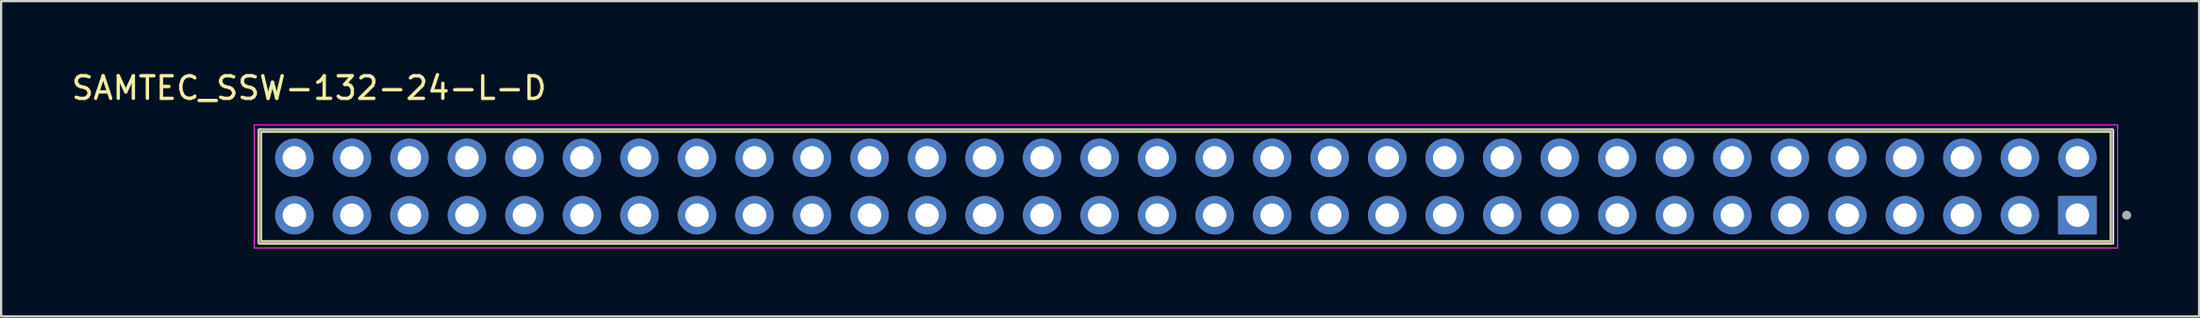
<source format=kicad_pcb>
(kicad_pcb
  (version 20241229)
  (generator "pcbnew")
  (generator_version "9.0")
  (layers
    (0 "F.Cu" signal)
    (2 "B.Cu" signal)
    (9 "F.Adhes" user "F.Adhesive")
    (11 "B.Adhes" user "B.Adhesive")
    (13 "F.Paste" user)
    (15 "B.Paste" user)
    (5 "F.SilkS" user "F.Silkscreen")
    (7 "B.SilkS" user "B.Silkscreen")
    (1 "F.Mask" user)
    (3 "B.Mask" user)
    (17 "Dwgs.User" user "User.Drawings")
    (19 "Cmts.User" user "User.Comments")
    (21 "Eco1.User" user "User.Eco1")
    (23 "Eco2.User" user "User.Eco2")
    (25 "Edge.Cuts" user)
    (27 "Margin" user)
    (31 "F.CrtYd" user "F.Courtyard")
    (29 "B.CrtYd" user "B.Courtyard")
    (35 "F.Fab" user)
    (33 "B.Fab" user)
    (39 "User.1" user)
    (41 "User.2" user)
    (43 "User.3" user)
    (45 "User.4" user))
  (footprint "SAMTEC_SSW-132-24-L-D"
    (layer "F.Cu")
    (at 88.691 6.48)
    (property "Reference" "SAMTEC_SSW-132-24-L-D" (at -78.09 -5.631 0) (layer "F.SilkS") (effects (font (size 1 1) (thickness 0.15))))
    (attr through_hole)
    (fp_line (start -80.265 1.206) (end -80.265 -3.747) (stroke (width 0.2) (type solid)) (layer "F.SilkS"))
    (fp_line (start 1.525 -3.747) (end -80.265 -3.747) (stroke (width 0.2) (type solid)) (layer "F.SilkS"))
    (fp_line (start 1.525 -3.747) (end 1.525 1.206) (stroke (width 0.2) (type solid)) (layer "F.SilkS"))
    (fp_line (start 1.525 1.206) (end -80.265 1.206) (stroke (width 0.2) (type solid)) (layer "F.SilkS"))
    (fp_line (start -80.515 -3.997) (end 1.775 -3.997) (stroke (width 0.05) (type solid)) (layer "F.CrtYd"))
    (fp_line (start -80.515 1.456) (end -80.515 -3.997) (stroke (width 0.05) (type solid)) (layer "F.CrtYd"))
    (fp_line (start 1.775 -3.997) (end 1.775 1.456) (stroke (width 0.05) (type solid)) (layer "F.CrtYd"))
    (fp_line (start 1.775 1.456) (end -80.515 1.456) (stroke (width 0.05) (type solid)) (layer "F.CrtYd"))
    (fp_line (start -80.265 -3.747) (end 1.525 -3.747) (stroke (width 0.1) (type solid)) (layer "F.Fab"))
    (fp_line (start -80.265 -3.747) (end 1.525 -3.747) (stroke (width 0.1) (type solid)) (layer "F.Fab"))
    (fp_line (start -80.265 1.206) (end -80.265 -3.747) (stroke (width 0.1) (type solid)) (layer "F.Fab"))
    (fp_line (start -80.265 1.206) (end -80.265 -3.747) (stroke (width 0.1) (type solid)) (layer "F.Fab"))
    (fp_line (start 1.525 -3.747) (end 1.525 1.206) (stroke (width 0.1) (type solid)) (layer "F.Fab"))
    (fp_line (start 1.525 -3.747) (end 1.525 1.206) (stroke (width 0.1) (type solid)) (layer "F.Fab"))
    (fp_line (start 1.525 1.206) (end -80.265 1.206) (stroke (width 0.1) (type solid)) (layer "F.Fab"))
    (fp_circle (center 2.175 0) (end 2.275 0) (stroke (width 0.2) (type solid)) (fill no) (layer "F.Fab"))
    (pad "01" thru_hole rect (at 0 0 180) (size 1.7 1.7) (drill 1.04) (layers "*.Cu" "*.Mask"))
    (pad "02" thru_hole circle (at 0 -2.54 180) (size 1.7 1.7) (drill 1.04) (layers "*.Cu" "*.Mask"))
    (pad "03" thru_hole circle (at -2.54 0 180) (size 1.7 1.7) (drill 1.04) (layers "*.Cu" "*.Mask"))
    (pad "04" thru_hole circle (at -2.54 -2.54 180) (size 1.7 1.7) (drill 1.04) (layers "*.Cu" "*.Mask"))
    (pad "05" thru_hole circle (at -5.08 0 180) (size 1.7 1.7) (drill 1.04) (layers "*.Cu" "*.Mask"))
    (pad "06" thru_hole circle (at -5.08 -2.54 180) (size 1.7 1.7) (drill 1.04) (layers "*.Cu" "*.Mask"))
    (pad "07" thru_hole circle (at -7.62 0 180) (size 1.7 1.7) (drill 1.04) (layers "*.Cu" "*.Mask"))
    (pad "08" thru_hole circle (at -7.62 -2.54 180) (size 1.7 1.7) (drill 1.04) (layers "*.Cu" "*.Mask"))
    (pad "09" thru_hole circle (at -10.16 0 180) (size 1.7 1.7) (drill 1.04) (layers "*.Cu" "*.Mask"))
    (pad "10" thru_hole circle (at -10.16 -2.54 180) (size 1.7 1.7) (drill 1.04) (layers "*.Cu" "*.Mask"))
    (pad "11" thru_hole circle (at -12.7 0 180) (size 1.7 1.7) (drill 1.04) (layers "*.Cu" "*.Mask"))
    (pad "12" thru_hole circle (at -12.7 -2.54 180) (size 1.7 1.7) (drill 1.04) (layers "*.Cu" "*.Mask"))
    (pad "13" thru_hole circle (at -15.24 0 180) (size 1.7 1.7) (drill 1.04) (layers "*.Cu" "*.Mask"))
    (pad "14" thru_hole circle (at -15.24 -2.54 180) (size 1.7 1.7) (drill 1.04) (layers "*.Cu" "*.Mask"))
    (pad "15" thru_hole circle (at -17.78 0 180) (size 1.7 1.7) (drill 1.04) (layers "*.Cu" "*.Mask"))
    (pad "16" thru_hole circle (at -17.78 -2.54 180) (size 1.7 1.7) (drill 1.04) (layers "*.Cu" "*.Mask"))
    (pad "17" thru_hole circle (at -20.32 0 180) (size 1.7 1.7) (drill 1.04) (layers "*.Cu" "*.Mask"))
    (pad "18" thru_hole circle (at -20.32 -2.54 180) (size 1.7 1.7) (drill 1.04) (layers "*.Cu" "*.Mask"))
    (pad "19" thru_hole circle (at -22.86 0 180) (size 1.7 1.7) (drill 1.04) (layers "*.Cu" "*.Mask"))
    (pad "20" thru_hole circle (at -22.86 -2.54 180) (size 1.7 1.7) (drill 1.04) (layers "*.Cu" "*.Mask"))
    (pad "21" thru_hole circle (at -25.4 0 180) (size 1.7 1.7) (drill 1.04) (layers "*.Cu" "*.Mask"))
    (pad "22" thru_hole circle (at -25.4 -2.54 180) (size 1.7 1.7) (drill 1.04) (layers "*.Cu" "*.Mask"))
    (pad "23" thru_hole circle (at -27.94 0 180) (size 1.7 1.7) (drill 1.04) (layers "*.Cu" "*.Mask"))
    (pad "24" thru_hole circle (at -27.94 -2.54 180) (size 1.7 1.7) (drill 1.04) (layers "*.Cu" "*.Mask"))
    (pad "25" thru_hole circle (at -30.48 0 180) (size 1.7 1.7) (drill 1.04) (layers "*.Cu" "*.Mask"))
    (pad "26" thru_hole circle (at -30.48 -2.54 180) (size 1.7 1.7) (drill 1.04) (layers "*.Cu" "*.Mask"))
    (pad "27" thru_hole circle (at -33.02 0 180) (size 1.7 1.7) (drill 1.04) (layers "*.Cu" "*.Mask"))
    (pad "28" thru_hole circle (at -33.02 -2.54 180) (size 1.7 1.7) (drill 1.04) (layers "*.Cu" "*.Mask"))
    (pad "29" thru_hole circle (at -35.56 0 180) (size 1.7 1.7) (drill 1.04) (layers "*.Cu" "*.Mask"))
    (pad "30" thru_hole circle (at -35.56 -2.54 180) (size 1.7 1.7) (drill 1.04) (layers "*.Cu" "*.Mask"))
    (pad "31" thru_hole circle (at -38.1 0 180) (size 1.7 1.7) (drill 1.04) (layers "*.Cu" "*.Mask"))
    (pad "32" thru_hole circle (at -38.1 -2.54 180) (size 1.7 1.7) (drill 1.04) (layers "*.Cu" "*.Mask"))
    (pad "33" thru_hole circle (at -40.64 0 180) (size 1.7 1.7) (drill 1.04) (layers "*.Cu" "*.Mask"))
    (pad "34" thru_hole circle (at -40.64 -2.54 180) (size 1.7 1.7) (drill 1.04) (layers "*.Cu" "*.Mask"))
    (pad "35" thru_hole circle (at -43.18 0 180) (size 1.7 1.7) (drill 1.04) (layers "*.Cu" "*.Mask"))
    (pad "36" thru_hole circle (at -43.18 -2.54 180) (size 1.7 1.7) (drill 1.04) (layers "*.Cu" "*.Mask"))
    (pad "37" thru_hole circle (at -45.72 0 180) (size 1.7 1.7) (drill 1.04) (layers "*.Cu" "*.Mask"))
    (pad "38" thru_hole circle (at -45.72 -2.54 180) (size 1.7 1.7) (drill 1.04) (layers "*.Cu" "*.Mask"))
    (pad "39" thru_hole circle (at -48.26 0 180) (size 1.7 1.7) (drill 1.04) (layers "*.Cu" "*.Mask"))
    (pad "40" thru_hole circle (at -48.26 -2.54 180) (size 1.7 1.7) (drill 1.04) (layers "*.Cu" "*.Mask"))
    (pad "41" thru_hole circle (at -50.8 0 180) (size 1.7 1.7) (drill 1.04) (layers "*.Cu" "*.Mask"))
    (pad "42" thru_hole circle (at -50.8 -2.54 180) (size 1.7 1.7) (drill 1.04) (layers "*.Cu" "*.Mask"))
    (pad "43" thru_hole circle (at -53.34 0 180) (size 1.7 1.7) (drill 1.04) (layers "*.Cu" "*.Mask"))
    (pad "44" thru_hole circle (at -53.34 -2.54 180) (size 1.7 1.7) (drill 1.04) (layers "*.Cu" "*.Mask"))
    (pad "45" thru_hole circle (at -55.88 0 180) (size 1.7 1.7) (drill 1.04) (layers "*.Cu" "*.Mask"))
    (pad "46" thru_hole circle (at -55.88 -2.54 180) (size 1.7 1.7) (drill 1.04) (layers "*.Cu" "*.Mask"))
    (pad "47" thru_hole circle (at -58.42 0 180) (size 1.7 1.7) (drill 1.04) (layers "*.Cu" "*.Mask"))
    (pad "48" thru_hole circle (at -58.42 -2.54 180) (size 1.7 1.7) (drill 1.04) (layers "*.Cu" "*.Mask"))
    (pad "49" thru_hole circle (at -60.96 0 180) (size 1.7 1.7) (drill 1.04) (layers "*.Cu" "*.Mask"))
    (pad "50" thru_hole circle (at -60.96 -2.54 180) (size 1.7 1.7) (drill 1.04) (layers "*.Cu" "*.Mask"))
    (pad "51" thru_hole circle (at -63.5 0 180) (size 1.7 1.7) (drill 1.04) (layers "*.Cu" "*.Mask"))
    (pad "52" thru_hole circle (at -63.5 -2.54 180) (size 1.7 1.7) (drill 1.04) (layers "*.Cu" "*.Mask"))
    (pad "53" thru_hole circle (at -66.04 0 180) (size 1.7 1.7) (drill 1.04) (layers "*.Cu" "*.Mask"))
    (pad "54" thru_hole circle (at -66.04 -2.54 180) (size 1.7 1.7) (drill 1.04) (layers "*.Cu" "*.Mask"))
    (pad "55" thru_hole circle (at -68.58 0 180) (size 1.7 1.7) (drill 1.04) (layers "*.Cu" "*.Mask"))
    (pad "56" thru_hole circle (at -68.58 -2.54 180) (size 1.7 1.7) (drill 1.04) (layers "*.Cu" "*.Mask"))
    (pad "57" thru_hole circle (at -71.12 0 180) (size 1.7 1.7) (drill 1.04) (layers "*.Cu" "*.Mask"))
    (pad "58" thru_hole circle (at -71.12 -2.54 180) (size 1.7 1.7) (drill 1.04) (layers "*.Cu" "*.Mask"))
    (pad "59" thru_hole circle (at -73.66 0 180) (size 1.7 1.7) (drill 1.04) (layers "*.Cu" "*.Mask"))
    (pad "60" thru_hole circle (at -73.66 -2.54 180) (size 1.7 1.7) (drill 1.04) (layers "*.Cu" "*.Mask"))
    (pad "61" thru_hole circle (at -76.2 0 180) (size 1.7 1.7) (drill 1.04) (layers "*.Cu" "*.Mask"))
    (pad "62" thru_hole circle (at -76.2 -2.54 180) (size 1.7 1.7) (drill 1.04) (layers "*.Cu" "*.Mask"))
    (pad "63" thru_hole circle (at -78.74 0 180) (size 1.7 1.7) (drill 1.04) (layers "*.Cu" "*.Mask"))
    (pad "64" thru_hole circle (at -78.74 -2.54 180) (size 1.7 1.7) (drill 1.04) (layers "*.Cu" "*.Mask")))
  (gr_rect
    (start -3 -3)
    (end 94.066 10.961)
    (stroke (width 0.1) (type default))
    (fill no)
    (layer "Edge.Cuts")))
</source>
